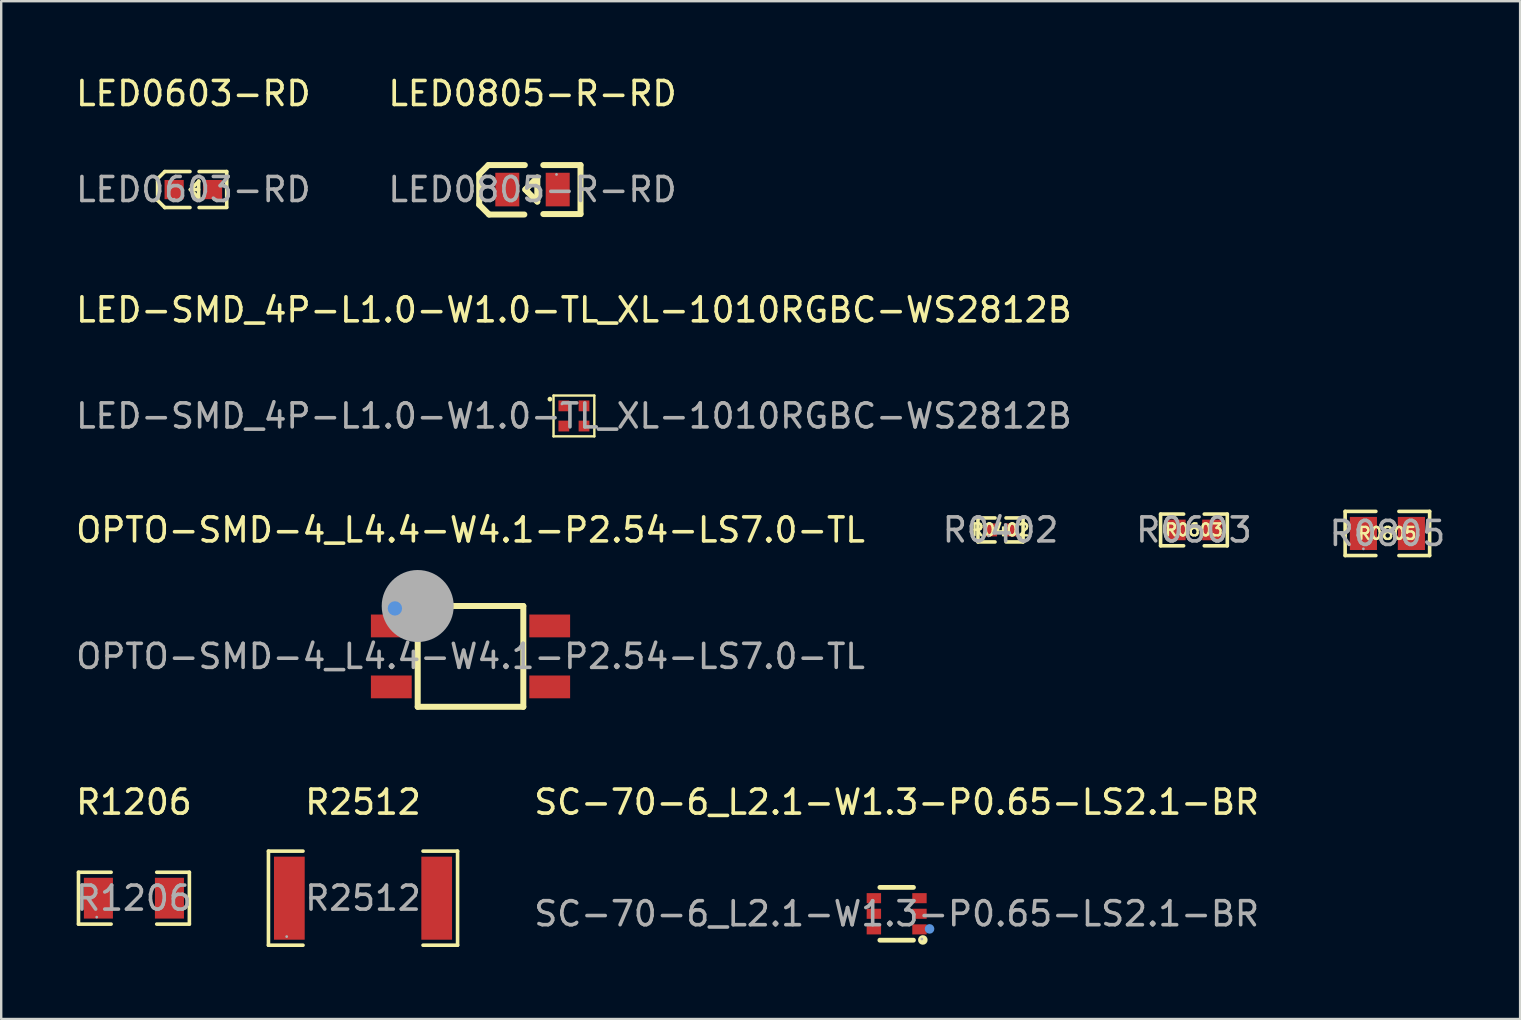
<source format=kicad_pcb>
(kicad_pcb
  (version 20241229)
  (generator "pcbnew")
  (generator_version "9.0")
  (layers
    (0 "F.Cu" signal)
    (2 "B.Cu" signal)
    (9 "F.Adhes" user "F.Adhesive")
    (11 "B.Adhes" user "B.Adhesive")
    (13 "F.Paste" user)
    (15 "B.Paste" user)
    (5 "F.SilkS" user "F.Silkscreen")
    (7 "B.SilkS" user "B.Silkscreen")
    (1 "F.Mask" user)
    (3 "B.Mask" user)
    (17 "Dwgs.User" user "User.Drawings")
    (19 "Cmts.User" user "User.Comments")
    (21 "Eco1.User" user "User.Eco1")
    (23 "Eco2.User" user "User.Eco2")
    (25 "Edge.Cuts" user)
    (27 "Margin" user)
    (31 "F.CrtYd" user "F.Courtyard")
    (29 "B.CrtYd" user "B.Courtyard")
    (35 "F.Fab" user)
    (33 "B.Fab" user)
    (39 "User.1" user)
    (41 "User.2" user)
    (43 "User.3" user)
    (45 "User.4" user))
  (footprint "OPTO-SMD-4_L4.4-W4.1-P2.54-LS7.0-TL"
    (layer "F.Cu")
    (at 16.554 24.3)
    (property "Reference" "OPTO-SMD-4_L4.4-W4.1-P2.54-LS7.0-TL" (at 0 -5.27 0) (layer "F.SilkS") (effects (font (size 1 1) (thickness 0.15))))
    (attr smd)
    (fp_line (start -2.2 -2.1) (end -2.2 2.1) (stroke (width 0.25) (type solid)) (layer "F.SilkS"))
    (fp_line (start -2.2 -2.1) (end 2.2 -2.1) (stroke (width 0.25) (type solid)) (layer "F.SilkS"))
    (fp_line (start 2.2 -2.1) (end 2.2 2.1) (stroke (width 0.25) (type solid)) (layer "F.SilkS"))
    (fp_line (start 2.2 2.1) (end -2.2 2.1) (stroke (width 0.25) (type solid)) (layer "F.SilkS"))
    (fp_arc (start -3.005009 -2.899937) (mid -3 -2.5) (end -3.015023 -2.899686) (stroke (width 0.4) (type solid)) (layer "F.SilkS"))
    (fp_circle (center -3.15 -2) (end -3 -2) (stroke (width 0.3) (type solid)) (fill no) (layer "Cmts.User"))
    (fp_line (start -2.2 -2.1) (end -2.2 -2.1) (stroke (width 3) (type solid)) (layer "F.Fab"))
    (fp_circle (center -3.47 -1.92) (end -3.44 -1.92) (stroke (width 0.06) (type solid)) (fill no) (layer "F.Fab"))
    (fp_text user "${REFERENCE}" (at 0 0 0) (layer "F.Fab") (effects (font (size 1 1) (thickness 0.15))))
    (pad "1" smd rect (at -3.3 -1.27) (size 1.7 0.95) (layers "F.Cu" "F.Mask" "F.Paste"))
    (pad "2" smd rect (at -3.3 1.27) (size 1.7 0.95) (layers "F.Cu" "F.Mask" "F.Paste"))
    (pad "3" smd rect (at 3.3 1.27) (size 1.7 0.95) (layers "F.Cu" "F.Mask" "F.Paste"))
    (pad "4" smd rect (at 3.3 -1.27) (size 1.7 0.95) (layers "F.Cu" "F.Mask" "F.Paste")))
  (footprint "LED0805-R-RD"
    (layer "F.Cu")
    (at 19.137 4.848)
    (property "Reference" "LED0805-R-RD" (at 0 -4 0) (layer "F.SilkS") (effects (font (size 1 1) (thickness 0.15))))
    (attr smd)
    (fp_line (start -2.22 -0.64) (end -1.84 -1.02) (stroke (width 0.25) (type solid)) (layer "F.SilkS"))
    (fp_line (start -2.22 0.63) (end -2.22 -0.64) (stroke (width 0.25) (type solid)) (layer "F.SilkS"))
    (fp_line (start -1.84 -1.02) (end -0.32 -1.02) (stroke (width 0.25) (type solid)) (layer "F.SilkS"))
    (fp_line (start -1.81 1.04) (end -2.22 0.63) (stroke (width 0.25) (type solid)) (layer "F.SilkS"))
    (fp_line (start -0.34 1.04) (end -1.81 1.04) (stroke (width 0.25) (type solid)) (layer "F.SilkS"))
    (fp_line (start -0.3 0) (end -0.2 0.1) (stroke (width 0.25) (type solid)) (layer "F.SilkS"))
    (fp_line (start -0.2 -0.1) (end -0.3 0) (stroke (width 0.25) (type solid)) (layer "F.SilkS"))
    (fp_line (start -0.2 0.1) (end 0.2 0.5) (stroke (width 0.25) (type solid)) (layer "F.SilkS"))
    (fp_line (start 0.2 -0.5) (end -0.2 -0.1) (stroke (width 0.25) (type solid)) (layer "F.SilkS"))
    (fp_line (start 0.2 -0.5) (end 0.2 0.5) (stroke (width 0.25) (type solid)) (layer "F.SilkS"))
    (fp_line (start 0.45 1.02) (end 2 1.02) (stroke (width 0.25) (type solid)) (layer "F.SilkS"))
    (fp_line (start 2 -1.02) (end 0.45 -1.02) (stroke (width 0.25) (type solid)) (layer "F.SilkS"))
    (fp_line (start 2 1.02) (end 2 -1.02) (stroke (width 0.25) (type solid)) (layer "F.SilkS"))
    (fp_circle (center 1 -0.63) (end 1.03 -0.63) (stroke (width 0.06) (type solid)) (fill no) (layer "F.Fab"))
    (fp_text user "${REFERENCE}" (at 0 0 0) (layer "F.Fab") (effects (font (size 1 1) (thickness 0.15))))
    (pad "1" smd rect (at 1.05 0 180) (size 1 1.4) (layers "F.Cu" "F.Mask" "F.Paste"))
    (pad "2" smd rect (at -1.05 0 180) (size 1 1.4) (layers "F.Cu" "F.Mask" "F.Paste")))
  (footprint "SC-70-6_L2.1-W1.3-P0.65-LS2.1-BR"
    (layer "F.Cu")
    (at 34.31 35.023)
    (property "Reference" "SC-70-6_L2.1-W1.3-P0.65-LS2.1-BR" (at 0 -4.65 0) (layer "F.SilkS") (effects (font (size 1 1) (thickness 0.15))))
    (attr smd)
    (fp_line (start -0.7 -1.1) (end 0.7 -1.1) (stroke (width 0.2) (type solid)) (layer "F.SilkS"))
    (fp_line (start -0.7 1.1) (end 0.7 1.1) (stroke (width 0.2) (type solid)) (layer "F.SilkS"))
    (fp_arc (start 1.09 1.09) (mid 1.09 1.09) (end 1.09 1.09) (stroke (width 0.2) (type solid)) (layer "F.SilkS"))
    (fp_circle (center 1.37 0.63) (end 1.47 0.63) (stroke (width 0.2) (type solid)) (fill no) (layer "Cmts.User"))
    (fp_circle (center 1.05 1.05) (end 1.08 1.05) (stroke (width 0.06) (type solid)) (fill no) (layer "F.Fab"))
    (fp_text user "${REFERENCE}" (at 0 0 0) (layer "F.Fab") (effects (font (size 1 1) (thickness 0.15))))
    (pad "1" smd rect (at 0.95 0.65 90) (size 0.42 0.6) (layers "F.Cu" "F.Mask" "F.Paste"))
    (pad "2" smd rect (at 0.95 0 90) (size 0.42 0.6) (layers "F.Cu" "F.Mask" "F.Paste"))
    (pad "3" smd rect (at 0.95 -0.65 90) (size 0.42 0.6) (layers "F.Cu" "F.Mask" "F.Paste"))
    (pad "4" smd rect (at -0.95 -0.65 270) (size 0.42 0.6) (layers "F.Cu" "F.Mask" "F.Paste"))
    (pad "5" smd rect (at -0.95 0 270) (size 0.42 0.6) (layers "F.Cu" "F.Mask" "F.Paste"))
    (pad "6" smd rect (at -0.95 0.65 270) (size 0.42 0.6) (layers "F.Cu" "F.Mask" "F.Paste")))
  (footprint "LED0603-RD"
    (layer "F.Cu")
    (at 5.006 4.848)
    (property "Reference" "LED0603-RD" (at 0 -4 0) (layer "F.SilkS") (effects (font (size 1 1) (thickness 0.15))))
    (attr smd)
    (fp_line (start -1.49 -0.45) (end -1.19 -0.75) (stroke (width 0.15) (type solid)) (layer "F.SilkS"))
    (fp_line (start -1.49 -0.35) (end -1.49 -0.45) (stroke (width 0.15) (type solid)) (layer "F.SilkS"))
    (fp_line (start -1.49 -0.35) (end -1.49 0.35) (stroke (width 0.15) (type solid)) (layer "F.SilkS"))
    (fp_line (start -1.49 0.35) (end -1.49 0.45) (stroke (width 0.15) (type solid)) (layer "F.SilkS"))
    (fp_line (start -1.49 0.45) (end -1.19 0.75) (stroke (width 0.15) (type solid)) (layer "F.SilkS"))
    (fp_line (start -0.14 -0.75) (end -1.19 -0.75) (stroke (width 0.15) (type solid)) (layer "F.SilkS"))
    (fp_line (start -0.14 0.75) (end -1.19 0.75) (stroke (width 0.15) (type solid)) (layer "F.SilkS"))
    (fp_line (start 0.21 0.33) (end -0.12 0) (stroke (width 0.15) (type solid)) (layer "F.SilkS"))
    (fp_line (start 0.22 -0.35) (end 0.22 -0.34) (stroke (width 0.15) (type solid)) (layer "F.SilkS"))
    (fp_line (start 0.22 -0.35) (end 0.22 0.33) (stroke (width 0.15) (type solid)) (layer "F.SilkS"))
    (fp_line (start 0.22 -0.34) (end -0.12 0) (stroke (width 0.15) (type solid)) (layer "F.SilkS"))
    (fp_line (start 0.22 0) (end -0.12 0) (stroke (width 0.15) (type solid)) (layer "F.SilkS"))
    (fp_line (start 0.22 0.33) (end 0.21 0.33) (stroke (width 0.15) (type solid)) (layer "F.SilkS"))
    (fp_line (start 0.24 -0.75) (end 1.39 -0.75) (stroke (width 0.15) (type solid)) (layer "F.SilkS"))
    (fp_line (start 0.24 0.75) (end 1.39 0.75) (stroke (width 0.15) (type solid)) (layer "F.SilkS"))
    (fp_line (start 1.39 -0.75) (end 1.39 0.73) (stroke (width 0.15) (type solid)) (layer "F.SilkS"))
    (fp_circle (center -0.8 0.4) (end -0.77 0.4) (stroke (width 0.06) (type solid)) (fill no) (layer "F.Fab"))
    (fp_text user "${REFERENCE}" (at 0 0 0) (layer "F.Fab") (effects (font (size 1 1) (thickness 0.15))))
    (pad "1" smd rect (at -0.8 0 90) (size 0.8 0.8) (layers "F.Cu" "F.Mask" "F.Paste"))
    (pad "2" smd rect (at 0.8 0 90) (size 0.8 0.8) (layers "F.Cu" "F.Mask" "F.Paste")))
  (footprint "R0603"
    (layer "F.Cu")
    (at 46.696 19.03)
    (property "Reference" "R0603" (at 0 0 0) (layer "F.SilkS") (effects (font (size 0.5 0.5) (thickness 0.1) (bold yes))))
    (attr smd)
    (fp_line (start -1.39 -0.66) (end -0.43 -0.66) (stroke (width 0.15) (type solid)) (layer "F.SilkS"))
    (fp_line (start -1.39 0.66) (end -1.39 -0.66) (stroke (width 0.15) (type solid)) (layer "F.SilkS"))
    (fp_line (start -0.43 0.66) (end -1.39 0.66) (stroke (width 0.15) (type solid)) (layer "F.SilkS"))
    (fp_line (start 0.43 0.66) (end 1.39 0.66) (stroke (width 0.15) (type solid)) (layer "F.SilkS"))
    (fp_line (start 1.39 -0.66) (end 0.43 -0.66) (stroke (width 0.15) (type solid)) (layer "F.SilkS"))
    (fp_line (start 1.39 0.66) (end 1.39 -0.66) (stroke (width 0.15) (type solid)) (layer "F.SilkS"))
    (fp_circle (center -0.8 0.4) (end -0.77 0.4) (stroke (width 0.06) (type solid)) (fill no) (layer "F.Fab"))
    (fp_text user "${REFERENCE}" (at 0 0 0) (layer "F.Fab") (effects (font (size 1 1) (thickness 0.15))))
    (pad "1" smd rect (at -0.75 0) (size 0.81 0.86) (layers "F.Cu" "F.Mask" "F.Paste"))
    (pad "2" smd rect (at 0.75 0) (size 0.81 0.86) (layers "F.Cu" "F.Mask" "F.Paste")))
  (footprint "R0402"
    (layer "F.Cu")
    (at 38.637 19.03)
    (property "Reference" "R0402" (at 0 0 0) (layer "F.SilkS") (effects (font (size 0.5 0.5) (thickness 0.1) (bold yes))))
    (attr smd)
    (fp_line (start -0.94 -0.5) (end -0.23 -0.5) (stroke (width 0.15) (type solid)) (layer "F.SilkS"))
    (fp_line (start -0.94 0.5) (end -0.94 -0.5) (stroke (width 0.15) (type solid)) (layer "F.SilkS"))
    (fp_line (start -0.23 0.5) (end -0.94 0.5) (stroke (width 0.15) (type solid)) (layer "F.SilkS"))
    (fp_line (start 0.23 0.5) (end 0.94 0.5) (stroke (width 0.15) (type solid)) (layer "F.SilkS"))
    (fp_line (start 0.94 -0.5) (end 0.23 -0.5) (stroke (width 0.15) (type solid)) (layer "F.SilkS"))
    (fp_line (start 0.94 0.5) (end 0.94 -0.5) (stroke (width 0.15) (type solid)) (layer "F.SilkS"))
    (fp_circle (center -0.5 0.25) (end -0.47 0.25) (stroke (width 0.06) (type solid)) (fill no) (layer "F.Fab"))
    (fp_text user "${REFERENCE}" (at 0 0 0) (layer "F.Fab") (effects (font (size 1 1) (thickness 0.15))))
    (pad "1" smd rect (at -0.43 0) (size 0.57 0.54) (layers "F.Cu" "F.Mask" "F.Paste"))
    (pad "2" smd rect (at 0.43 0) (size 0.57 0.54) (layers "F.Cu" "F.Mask" "F.Paste")))
  (footprint "R1206"
    (layer "F.Cu")
    (at 2.53 34.373)
    (property "Reference" "R1206" (at 0 -4 0) (layer "F.SilkS") (effects (font (size 1 1) (thickness 0.15))))
    (attr smd)
    (fp_line (start -2.31 -1.08) (end -0.95 -1.08) (stroke (width 0.15) (type solid)) (layer "F.SilkS"))
    (fp_line (start -2.31 1.08) (end -2.31 -1.08) (stroke (width 0.15) (type solid)) (layer "F.SilkS"))
    (fp_line (start -0.95 1.08) (end -2.31 1.08) (stroke (width 0.15) (type solid)) (layer "F.SilkS"))
    (fp_line (start 0.95 1.08) (end 2.31 1.08) (stroke (width 0.15) (type solid)) (layer "F.SilkS"))
    (fp_line (start 2.31 -1.08) (end 0.95 -1.08) (stroke (width 0.15) (type solid)) (layer "F.SilkS"))
    (fp_line (start 2.31 1.08) (end 2.31 -1.08) (stroke (width 0.15) (type solid)) (layer "F.SilkS"))
    (fp_circle (center -1.55 0.79) (end -1.52 0.79) (stroke (width 0.06) (type solid)) (fill no) (layer "F.Fab"))
    (fp_text user "${REFERENCE}" (at 0 0 0) (layer "F.Fab") (effects (font (size 1 1) (thickness 0.15))))
    (pad "1" smd rect (at -1.48 0) (size 1.21 1.7) (layers "F.Cu" "F.Mask" "F.Paste"))
    (pad "2" smd rect (at 1.48 0) (size 1.21 1.7) (layers "F.Cu" "F.Mask" "F.Paste")))
  (footprint "LED-SMD_4P-L1.0-W1.0-TL_XL-1010RGBC-WS2812B"
    (layer "F.Cu")
    (at 20.863 14.281)
    (property "Reference" "LED-SMD_4P-L1.0-W1.0-TL_XL-1010RGBC-WS2812B" (at 0 -4.42 0) (layer "F.SilkS") (effects (font (size 1 1) (thickness 0.15))))
    (attr smd)
    (fp_line (start -0.85 -0.85) (end -0.85 0.85) (stroke (width 0.1) (type solid)) (layer "F.SilkS"))
    (fp_line (start -0.85 0.85) (end 0.85 0.85) (stroke (width 0.1) (type solid)) (layer "F.SilkS"))
    (fp_line (start 0.85 -0.85) (end -0.85 -0.85) (stroke (width 0.1) (type solid)) (layer "F.SilkS"))
    (fp_line (start 0.85 0.85) (end 0.85 -0.85) (stroke (width 0.1) (type solid)) (layer "F.SilkS"))
    (fp_circle (center -1 -0.7) (end -0.95 -0.7) (stroke (width 0.1) (type solid)) (fill no) (layer "F.SilkS"))
    (fp_circle (center -0.5 -0.5) (end -0.47 -0.5) (stroke (width 0.06) (type solid)) (fill no) (layer "F.Fab"))
    (fp_text user "${REFERENCE}" (at 0 0 0) (layer "F.Fab") (effects (font (size 1 1) (thickness 0.15))))
    (pad "1" smd rect (at -0.42 -0.42) (size 0.45 0.45) (layers "F.Cu" "F.Mask" "F.Paste"))
    (pad "2" smd rect (at 0.42 -0.42) (size 0.45 0.45) (layers "F.Cu" "F.Mask" "F.Paste"))
    (pad "3" smd rect (at -0.42 0.42) (size 0.45 0.45) (layers "F.Cu" "F.Mask" "F.Paste"))
    (pad "4" smd rect (at 0.42 0.42) (size 0.45 0.45) (layers "F.Cu" "F.Mask" "F.Paste")))
  (footprint "R2512"
    (layer "F.Cu")
    (at 12.075 34.373)
    (property "Reference" "R2512" (at 0 -4 0) (layer "F.SilkS") (effects (font (size 1 1) (thickness 0.15))))
    (attr smd)
    (fp_line (start -3.94 -1.96) (end -2.5 -1.96) (stroke (width 0.15) (type solid)) (layer "F.SilkS"))
    (fp_line (start -3.94 1.96) (end -3.94 -1.96) (stroke (width 0.15) (type solid)) (layer "F.SilkS"))
    (fp_line (start -2.5 1.96) (end -3.94 1.96) (stroke (width 0.15) (type solid)) (layer "F.SilkS"))
    (fp_line (start 2.5 1.96) (end 3.94 1.96) (stroke (width 0.15) (type solid)) (layer "F.SilkS"))
    (fp_line (start 3.94 -1.96) (end 2.5 -1.96) (stroke (width 0.15) (type solid)) (layer "F.SilkS"))
    (fp_line (start 3.94 1.96) (end 3.94 -1.96) (stroke (width 0.15) (type solid)) (layer "F.SilkS"))
    (fp_circle (center -3.18 1.6) (end -3.15 1.6) (stroke (width 0.06) (type solid)) (fill no) (layer "F.Fab"))
    (fp_text user "${REFERENCE}" (at 0 0 0) (layer "F.Fab") (effects (font (size 1 1) (thickness 0.15))))
    (pad "1" smd rect (at -3.07 0) (size 1.28 3.46) (layers "F.Cu" "F.Mask" "F.Paste"))
    (pad "2" smd rect (at 3.07 0) (size 1.28 3.46) (layers "F.Cu" "F.Mask" "F.Paste")))
  (footprint "R0805"
    (layer "F.Cu")
    (at 54.756 19.177)
    (property "Reference" "R0805" (at 0 0 0) (layer "F.SilkS") (effects (font (size 0.5 0.5) (thickness 0.1) (bold yes))))
    (attr smd)
    (fp_line (start -1.76 -0.92) (end -0.48 -0.92) (stroke (width 0.15) (type solid)) (layer "F.SilkS"))
    (fp_line (start -1.76 0.92) (end -1.76 -0.92) (stroke (width 0.15) (type solid)) (layer "F.SilkS"))
    (fp_line (start -0.48 0.92) (end -1.76 0.92) (stroke (width 0.15) (type solid)) (layer "F.SilkS"))
    (fp_line (start 0.48 0.92) (end 1.76 0.92) (stroke (width 0.15) (type solid)) (layer "F.SilkS"))
    (fp_line (start 1.76 -0.92) (end 0.48 -0.92) (stroke (width 0.15) (type solid)) (layer "F.SilkS"))
    (fp_line (start 1.76 0.92) (end 1.76 -0.92) (stroke (width 0.15) (type solid)) (layer "F.SilkS"))
    (fp_circle (center -1 0.64) (end -0.97 0.64) (stroke (width 0.06) (type solid)) (fill no) (layer "F.Fab"))
    (fp_text user "${REFERENCE}" (at 0 0 0) (layer "F.Fab") (effects (font (size 1 1) (thickness 0.15))))
    (pad "1" smd rect (at -1 0) (size 1.13 1.38) (layers "F.Cu" "F.Mask" "F.Paste"))
    (pad "2" smd rect (at 1 0) (size 1.13 1.38) (layers "F.Cu" "F.Mask" "F.Paste")))
  (gr_rect
    (start -3 -3)
    (end 60.286 39.408)
    (stroke (width 0.1) (type default))
    (fill no)
    (layer "Edge.Cuts")))
</source>
